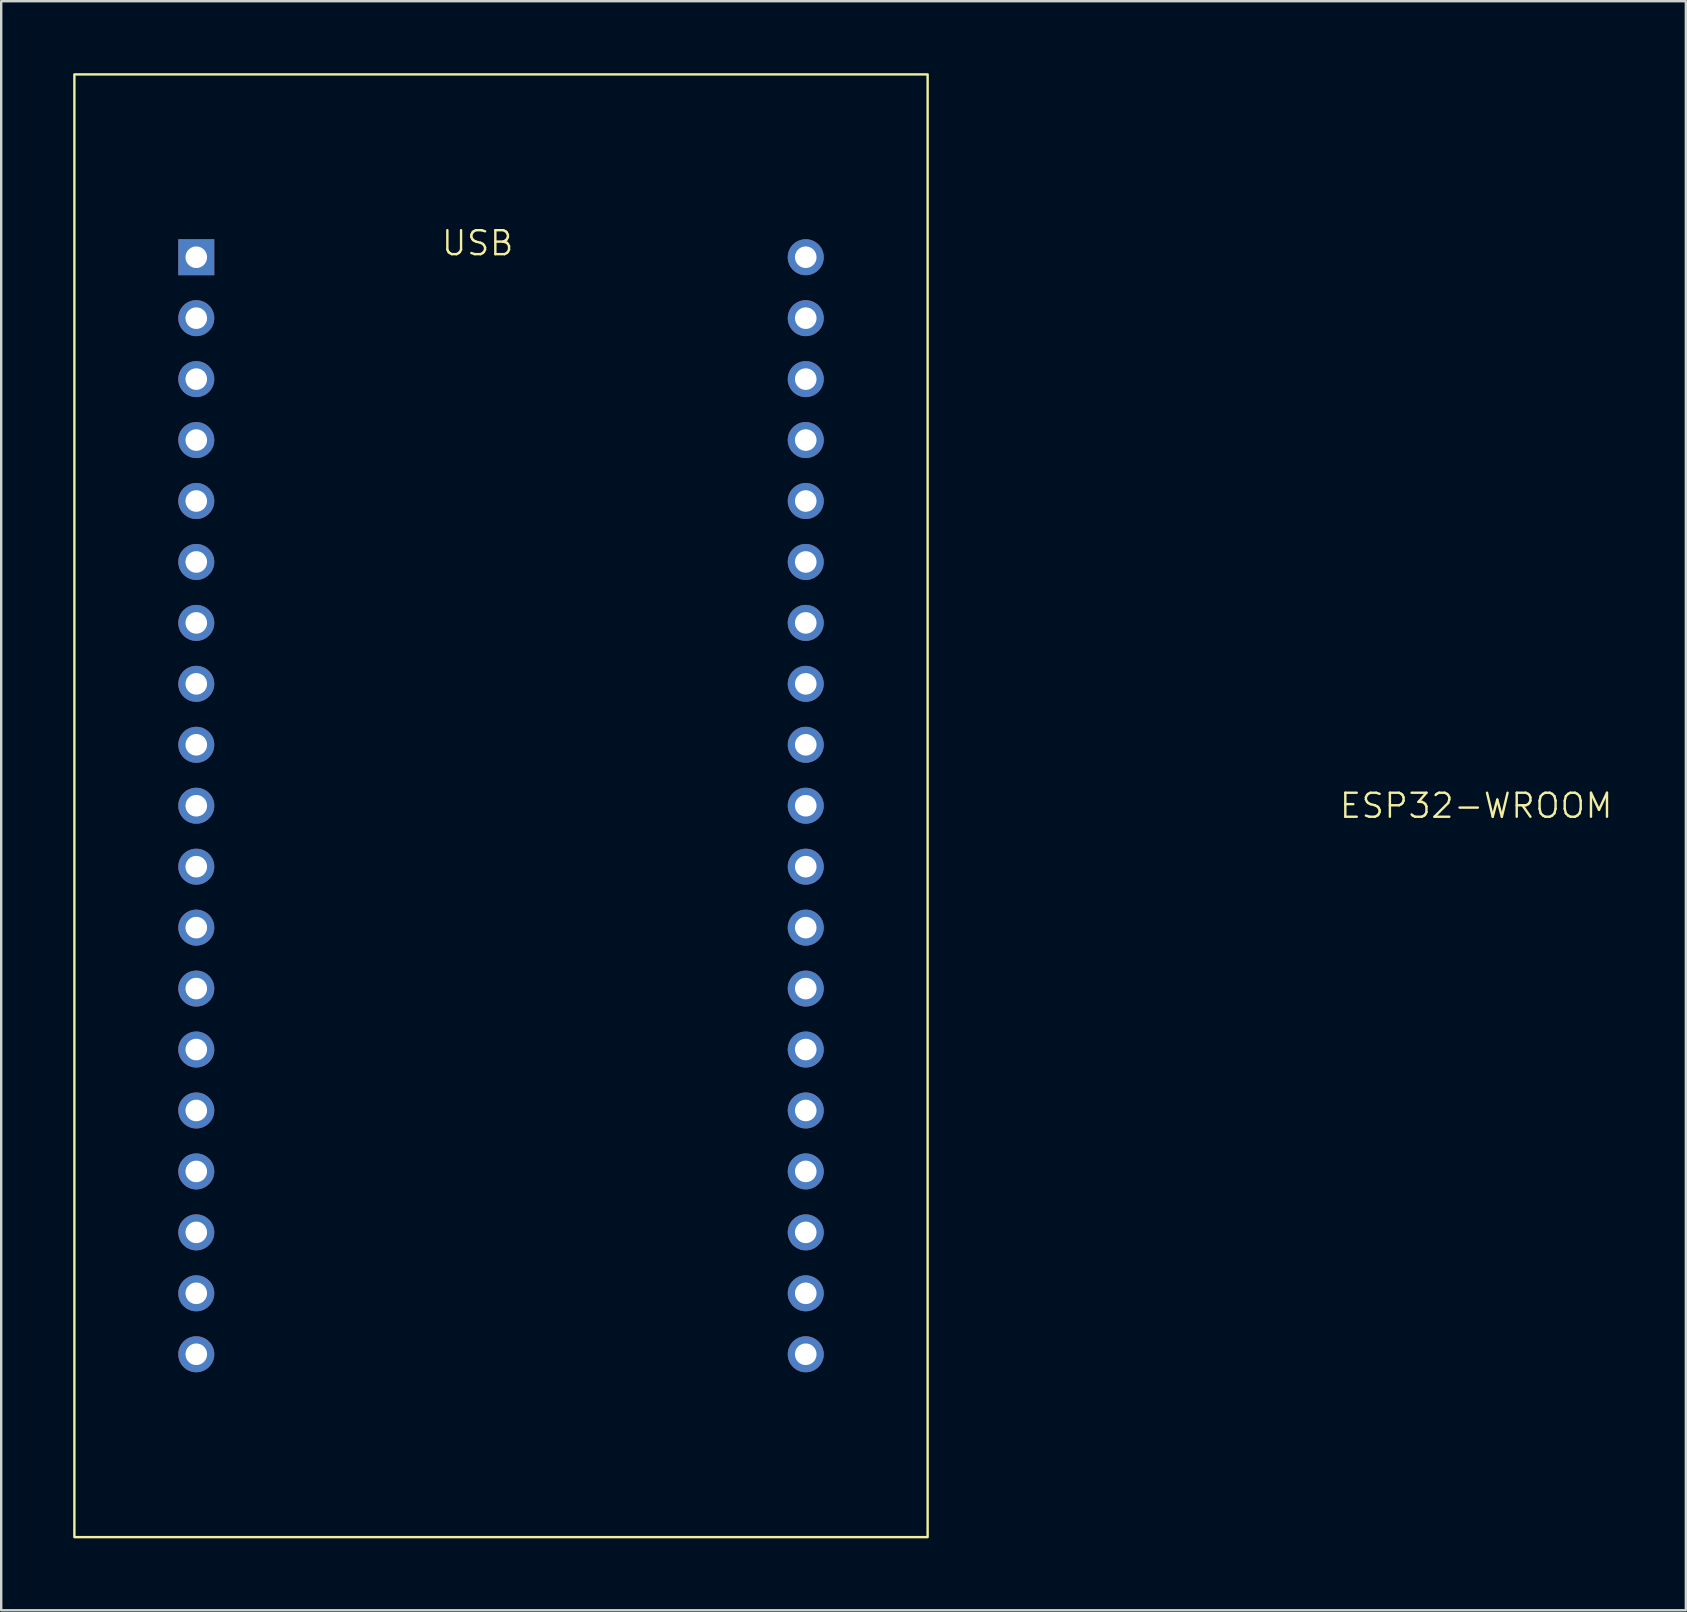
<source format=kicad_pcb>
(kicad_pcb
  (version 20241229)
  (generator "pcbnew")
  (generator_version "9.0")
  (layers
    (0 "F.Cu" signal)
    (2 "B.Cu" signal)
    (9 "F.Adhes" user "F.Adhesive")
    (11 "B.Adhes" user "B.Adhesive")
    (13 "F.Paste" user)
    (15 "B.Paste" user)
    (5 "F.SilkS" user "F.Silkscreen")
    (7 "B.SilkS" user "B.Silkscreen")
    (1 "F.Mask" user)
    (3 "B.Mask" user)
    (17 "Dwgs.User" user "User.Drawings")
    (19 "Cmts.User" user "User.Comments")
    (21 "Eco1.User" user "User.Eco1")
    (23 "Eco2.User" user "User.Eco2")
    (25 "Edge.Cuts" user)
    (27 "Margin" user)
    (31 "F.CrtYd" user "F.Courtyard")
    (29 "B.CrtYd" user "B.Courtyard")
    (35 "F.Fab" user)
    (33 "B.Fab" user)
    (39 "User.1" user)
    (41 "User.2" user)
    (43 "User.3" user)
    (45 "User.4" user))
  (footprint "ESP32-WROOM"
    (layer "F.Cu")
    (at 17.83 20.37)
    (property "Reference" "ESP32-WROOM" (at 40.64 10.16 0) (unlocked yes) (layer "F.SilkS") (effects (font (size 1 1) (thickness 0.1))))
    (attr through_hole)
    (fp_rect (start -17.78 -20.32) (end 17.78 40.64) (stroke (width 0.1) (type default)) (fill no) (layer "F.SilkS"))
    (fp_rect (start -15.24 -17.78) (end 15.24 38.1) (stroke (width 0.1) (type default)) (fill no) (layer "Margin"))
    (fp_text user "USB" (at -2.54 -12.7 0) (unlocked yes) (layer "F.SilkS") (effects (font (size 1 1) (thickness 0.1)) (justify left bottom)))
    (pad "1" thru_hole rect (at -12.7 -12.7) (size 1.5 1.5) (drill 0.9) (layers "*.Cu" "*.Mask"))
    (pad "2" thru_hole circle (at -12.7 -10.16) (size 1.5 1.5) (drill 0.9) (layers "*.Cu" "*.Mask"))
    (pad "3" thru_hole circle (at -12.7 -7.62) (size 1.5 1.5) (drill 0.9) (layers "*.Cu" "*.Mask"))
    (pad "4" thru_hole circle (at -12.7 -5.08) (size 1.5 1.5) (drill 0.9) (layers "*.Cu" "*.Mask"))
    (pad "5" thru_hole circle (at -12.7 -2.54) (size 1.5 1.5) (drill 0.9) (layers "*.Cu" "*.Mask"))
    (pad "6" thru_hole circle (at -12.7 0) (size 1.5 1.5) (drill 0.9) (layers "*.Cu" "*.Mask"))
    (pad "7" thru_hole circle (at -12.7 2.54) (size 1.5 1.5) (drill 0.9) (layers "*.Cu" "*.Mask"))
    (pad "8" thru_hole circle (at -12.7 5.08) (size 1.5 1.5) (drill 0.9) (layers "*.Cu" "*.Mask"))
    (pad "9" thru_hole circle (at -12.7 7.62) (size 1.5 1.5) (drill 0.9) (layers "*.Cu" "*.Mask"))
    (pad "10" thru_hole circle (at -12.7 10.16) (size 1.5 1.5) (drill 0.9) (layers "*.Cu" "*.Mask"))
    (pad "11" thru_hole circle (at -12.7 12.7) (size 1.5 1.5) (drill 0.9) (layers "*.Cu" "*.Mask"))
    (pad "12" thru_hole circle (at -12.7 15.24) (size 1.5 1.5) (drill 0.9) (layers "*.Cu" "*.Mask"))
    (pad "13" thru_hole circle (at -12.7 17.78) (size 1.5 1.5) (drill 0.9) (layers "*.Cu" "*.Mask"))
    (pad "14" thru_hole circle (at -12.7 20.32) (size 1.5 1.5) (drill 0.9) (layers "*.Cu" "*.Mask"))
    (pad "15" thru_hole circle (at -12.7 22.86) (size 1.5 1.5) (drill 0.9) (layers "*.Cu" "*.Mask"))
    (pad "16" thru_hole circle (at -12.7 25.4) (size 1.5 1.5) (drill 0.9) (layers "*.Cu" "*.Mask"))
    (pad "17" thru_hole circle (at -12.7 27.94) (size 1.5 1.5) (drill 0.9) (layers "*.Cu" "*.Mask"))
    (pad "18" thru_hole circle (at -12.7 30.48) (size 1.5 1.5) (drill 0.9) (layers "*.Cu" "*.Mask"))
    (pad "19" thru_hole circle (at -12.7 33.02) (size 1.5 1.5) (drill 0.9) (layers "*.Cu" "*.Mask"))
    (pad "20" thru_hole circle (at 12.7 -12.7) (size 1.5 1.5) (drill 0.9) (layers "*.Cu" "*.Mask"))
    (pad "21" thru_hole circle (at 12.7 -10.16) (size 1.5 1.5) (drill 0.9) (layers "*.Cu" "*.Mask"))
    (pad "22" thru_hole circle (at 12.7 -7.62) (size 1.5 1.5) (drill 0.9) (layers "*.Cu" "*.Mask"))
    (pad "23" thru_hole circle (at 12.7 -5.08) (size 1.5 1.5) (drill 0.9) (layers "*.Cu" "*.Mask"))
    (pad "24" thru_hole circle (at 12.7 -2.54) (size 1.5 1.5) (drill 0.9) (layers "*.Cu" "*.Mask"))
    (pad "25" thru_hole circle (at 12.7 0) (size 1.5 1.5) (drill 0.9) (layers "*.Cu" "*.Mask"))
    (pad "26" thru_hole circle (at 12.7 2.54) (size 1.5 1.5) (drill 0.9) (layers "*.Cu" "*.Mask"))
    (pad "27" thru_hole circle (at 12.7 5.08) (size 1.5 1.5) (drill 0.9) (layers "*.Cu" "*.Mask"))
    (pad "28" thru_hole circle (at 12.7 7.62) (size 1.5 1.5) (drill 0.9) (layers "*.Cu" "*.Mask"))
    (pad "29" thru_hole circle (at 12.7 10.16) (size 1.5 1.5) (drill 0.9) (layers "*.Cu" "*.Mask"))
    (pad "30" thru_hole circle (at 12.7 12.7) (size 1.5 1.5) (drill 0.9) (layers "*.Cu" "*.Mask"))
    (pad "31" thru_hole circle (at 12.7 15.24) (size 1.5 1.5) (drill 0.9) (layers "*.Cu" "*.Mask"))
    (pad "32" thru_hole circle (at 12.7 17.78) (size 1.5 1.5) (drill 0.9) (layers "*.Cu" "*.Mask"))
    (pad "33" thru_hole circle (at 12.7 20.32) (size 1.5 1.5) (drill 0.9) (layers "*.Cu" "*.Mask"))
    (pad "34" thru_hole circle (at 12.7 22.86) (size 1.5 1.5) (drill 0.9) (layers "*.Cu" "*.Mask"))
    (pad "35" thru_hole circle (at 12.7 25.4) (size 1.5 1.5) (drill 0.9) (layers "*.Cu" "*.Mask"))
    (pad "36" thru_hole circle (at 12.7 27.94) (size 1.5 1.5) (drill 0.9) (layers "*.Cu" "*.Mask"))
    (pad "37" thru_hole circle (at 12.7 30.48) (size 1.5 1.5) (drill 0.9) (layers "*.Cu" "*.Mask"))
    (pad "38" thru_hole circle (at 12.7 33.02) (size 1.5 1.5) (drill 0.9) (layers "*.Cu" "*.Mask")))
  (gr_rect
    (start -3 -3)
    (end 67.21 64.06)
    (stroke (width 0.1) (type default))
    (fill no)
    (layer "Edge.Cuts")))
</source>
